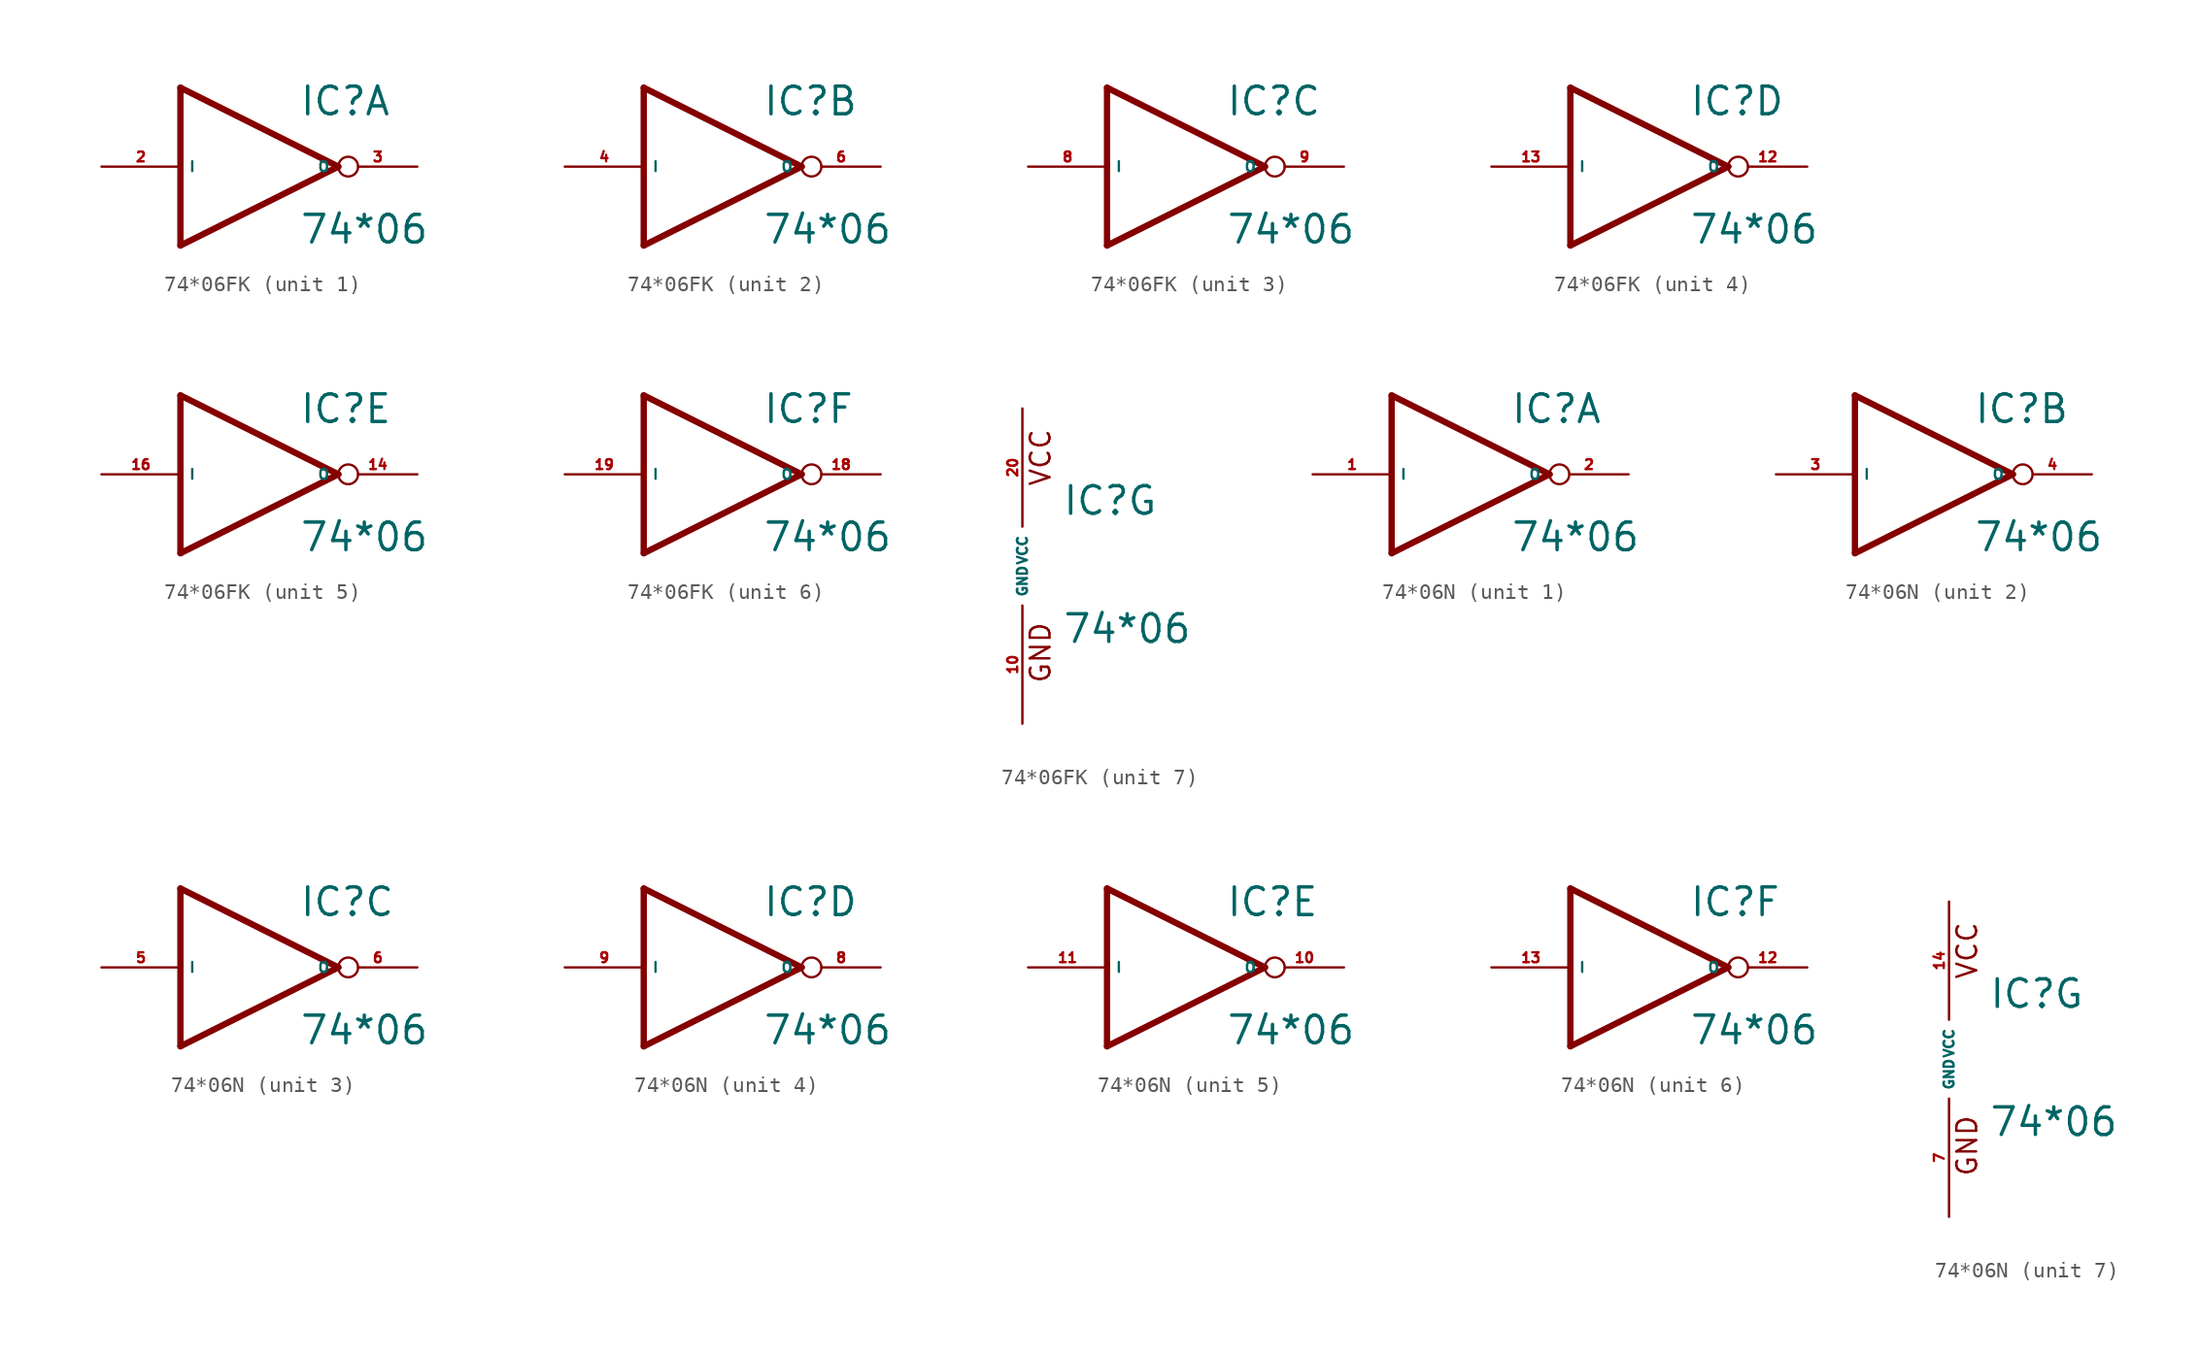
<source format=kicad_sym>
(kicad_symbol_lib
  (version 20220914)
  (generator Eagle2Kicad)
  (symbol "74*06FK"
    (property "Reference" "IC"
      (at 2.54 3.175 0)
      (effects (font (size 1.778 1.778) (thickness 0.22)) (justify left bottom)))
    (property "Value" "74*06"
      (at 2.54 -5.08 0)
      (effects (font (size 1.778 1.778) (thickness 0.22)) (justify left bottom)))
    (symbol "74*06FK_1_0"
      (polyline (pts (xy -5.08 5.08) (xy 5.08 0)) (stroke (width 0.406) (type default)) (fill (type none)))
      (polyline (pts (xy 5.08 0) (xy -5.08 -5.08)) (stroke (width 0.406) (type default)) (fill (type none)))
      (polyline (pts (xy -5.08 -5.08) (xy -5.08 5.08)) (stroke (width 0.406) (type default)) (fill (type none)))
      (pin input line (at -10.16 0 0) (length 5.08) (name "I" (effects (font (size 0.635 0.635) (thickness 0.08)) (justify left bottom))) (number "2" (effects (font (size 0.635 0.635) (thickness 0.08)) (justify left bottom))))
      (pin open_collector inverted (at 10.16 0 180) (length 5.08) (name "O" (effects (font (size 0.635 0.635) (thickness 0.08)) (justify left bottom))) (number "3" (effects (font (size 0.635 0.635) (thickness 0.08)) (justify left bottom)))))
    (symbol "74*06FK_2_0"
      (polyline (pts (xy -5.08 5.08) (xy 5.08 0)) (stroke (width 0.406) (type default)) (fill (type none)))
      (polyline (pts (xy 5.08 0) (xy -5.08 -5.08)) (stroke (width 0.406) (type default)) (fill (type none)))
      (polyline (pts (xy -5.08 -5.08) (xy -5.08 5.08)) (stroke (width 0.406) (type default)) (fill (type none)))
      (pin input line (at -10.16 0 0) (length 5.08) (name "I" (effects (font (size 0.635 0.635) (thickness 0.08)) (justify left bottom))) (number "4" (effects (font (size 0.635 0.635) (thickness 0.08)) (justify left bottom))))
      (pin open_collector inverted (at 10.16 0 180) (length 5.08) (name "O" (effects (font (size 0.635 0.635) (thickness 0.08)) (justify left bottom))) (number "6" (effects (font (size 0.635 0.635) (thickness 0.08)) (justify left bottom)))))
    (symbol "74*06FK_3_0"
      (polyline (pts (xy -5.08 5.08) (xy 5.08 0)) (stroke (width 0.406) (type default)) (fill (type none)))
      (polyline (pts (xy 5.08 0) (xy -5.08 -5.08)) (stroke (width 0.406) (type default)) (fill (type none)))
      (polyline (pts (xy -5.08 -5.08) (xy -5.08 5.08)) (stroke (width 0.406) (type default)) (fill (type none)))
      (pin input line (at -10.16 0 0) (length 5.08) (name "I" (effects (font (size 0.635 0.635) (thickness 0.08)) (justify left bottom))) (number "8" (effects (font (size 0.635 0.635) (thickness 0.08)) (justify left bottom))))
      (pin open_collector inverted (at 10.16 0 180) (length 5.08) (name "O" (effects (font (size 0.635 0.635) (thickness 0.08)) (justify left bottom))) (number "9" (effects (font (size 0.635 0.635) (thickness 0.08)) (justify left bottom)))))
    (symbol "74*06FK_4_0"
      (polyline (pts (xy -5.08 5.08) (xy 5.08 0)) (stroke (width 0.406) (type default)) (fill (type none)))
      (polyline (pts (xy 5.08 0) (xy -5.08 -5.08)) (stroke (width 0.406) (type default)) (fill (type none)))
      (polyline (pts (xy -5.08 -5.08) (xy -5.08 5.08)) (stroke (width 0.406) (type default)) (fill (type none)))
      (pin input line (at -10.16 0 0) (length 5.08) (name "I" (effects (font (size 0.635 0.635) (thickness 0.08)) (justify left bottom))) (number "13" (effects (font (size 0.635 0.635) (thickness 0.08)) (justify left bottom))))
      (pin open_collector inverted (at 10.16 0 180) (length 5.08) (name "O" (effects (font (size 0.635 0.635) (thickness 0.08)) (justify left bottom))) (number "12" (effects (font (size 0.635 0.635) (thickness 0.08)) (justify left bottom)))))
    (symbol "74*06FK_5_0"
      (polyline (pts (xy -5.08 5.08) (xy 5.08 0)) (stroke (width 0.406) (type default)) (fill (type none)))
      (polyline (pts (xy 5.08 0) (xy -5.08 -5.08)) (stroke (width 0.406) (type default)) (fill (type none)))
      (polyline (pts (xy -5.08 -5.08) (xy -5.08 5.08)) (stroke (width 0.406) (type default)) (fill (type none)))
      (pin input line (at -10.16 0 0) (length 5.08) (name "I" (effects (font (size 0.635 0.635) (thickness 0.08)) (justify left bottom))) (number "16" (effects (font (size 0.635 0.635) (thickness 0.08)) (justify left bottom))))
      (pin open_collector inverted (at 10.16 0 180) (length 5.08) (name "O" (effects (font (size 0.635 0.635) (thickness 0.08)) (justify left bottom))) (number "14" (effects (font (size 0.635 0.635) (thickness 0.08)) (justify left bottom)))))
    (symbol "74*06FK_6_0"
      (polyline (pts (xy -5.08 5.08) (xy 5.08 0)) (stroke (width 0.406) (type default)) (fill (type none)))
      (polyline (pts (xy 5.08 0) (xy -5.08 -5.08)) (stroke (width 0.406) (type default)) (fill (type none)))
      (polyline (pts (xy -5.08 -5.08) (xy -5.08 5.08)) (stroke (width 0.406) (type default)) (fill (type none)))
      (pin input line (at -10.16 0 0) (length 5.08) (name "I" (effects (font (size 0.635 0.635) (thickness 0.08)) (justify left bottom))) (number "19" (effects (font (size 0.635 0.635) (thickness 0.08)) (justify left bottom))))
      (pin open_collector inverted (at 10.16 0 180) (length 5.08) (name "O" (effects (font (size 0.635 0.635) (thickness 0.08)) (justify left bottom))) (number "18" (effects (font (size 0.635 0.635) (thickness 0.08)) (justify left bottom)))))
    (symbol "74*06FK_7_0"
      (text "GND" (at 1.905 -7.62 900) (effects (font (size 1.27 1.27) (thickness 0.16)) (justify left bottom)))
      (text "VCC" (at 1.905 5.08 900) (effects (font (size 1.27 1.27) (thickness 0.16)) (justify left bottom)))
      (pin unspecified line (at 0 -10.16 90) (length 7.62) (name "GND" (effects (font (size 0.635 0.635) (thickness 0.08)) (justify left bottom))) (number "10" (effects (font (size 0.635 0.635) (thickness 0.08)) (justify left bottom))))
      (pin unspecified line (at 0 10.16 270) (length 7.62) (name "VCC" (effects (font (size 0.635 0.635) (thickness 0.08)) (justify left bottom))) (number "20" (effects (font (size 0.635 0.635) (thickness 0.08)) (justify left bottom))))))
  (symbol "74*06N"
    (property "Reference" "IC"
      (at 2.54 3.175 0)
      (effects (font (size 1.778 1.778) (thickness 0.22)) (justify left bottom)))
    (property "Value" "74*06"
      (at 2.54 -5.08 0)
      (effects (font (size 1.778 1.778) (thickness 0.22)) (justify left bottom)))
    (symbol "74*06N_1_0"
      (polyline (pts (xy -5.08 5.08) (xy 5.08 0)) (stroke (width 0.406) (type default)) (fill (type none)))
      (polyline (pts (xy 5.08 0) (xy -5.08 -5.08)) (stroke (width 0.406) (type default)) (fill (type none)))
      (polyline (pts (xy -5.08 -5.08) (xy -5.08 5.08)) (stroke (width 0.406) (type default)) (fill (type none)))
      (pin input line (at -10.16 0 0) (length 5.08) (name "I" (effects (font (size 0.635 0.635) (thickness 0.08)) (justify left bottom))) (number "1" (effects (font (size 0.635 0.635) (thickness 0.08)) (justify left bottom))))
      (pin open_collector inverted (at 10.16 0 180) (length 5.08) (name "O" (effects (font (size 0.635 0.635) (thickness 0.08)) (justify left bottom))) (number "2" (effects (font (size 0.635 0.635) (thickness 0.08)) (justify left bottom)))))
    (symbol "74*06N_2_0"
      (polyline (pts (xy -5.08 5.08) (xy 5.08 0)) (stroke (width 0.406) (type default)) (fill (type none)))
      (polyline (pts (xy 5.08 0) (xy -5.08 -5.08)) (stroke (width 0.406) (type default)) (fill (type none)))
      (polyline (pts (xy -5.08 -5.08) (xy -5.08 5.08)) (stroke (width 0.406) (type default)) (fill (type none)))
      (pin input line (at -10.16 0 0) (length 5.08) (name "I" (effects (font (size 0.635 0.635) (thickness 0.08)) (justify left bottom))) (number "3" (effects (font (size 0.635 0.635) (thickness 0.08)) (justify left bottom))))
      (pin open_collector inverted (at 10.16 0 180) (length 5.08) (name "O" (effects (font (size 0.635 0.635) (thickness 0.08)) (justify left bottom))) (number "4" (effects (font (size 0.635 0.635) (thickness 0.08)) (justify left bottom)))))
    (symbol "74*06N_3_0"
      (polyline (pts (xy -5.08 5.08) (xy 5.08 0)) (stroke (width 0.406) (type default)) (fill (type none)))
      (polyline (pts (xy 5.08 0) (xy -5.08 -5.08)) (stroke (width 0.406) (type default)) (fill (type none)))
      (polyline (pts (xy -5.08 -5.08) (xy -5.08 5.08)) (stroke (width 0.406) (type default)) (fill (type none)))
      (pin input line (at -10.16 0 0) (length 5.08) (name "I" (effects (font (size 0.635 0.635) (thickness 0.08)) (justify left bottom))) (number "5" (effects (font (size 0.635 0.635) (thickness 0.08)) (justify left bottom))))
      (pin open_collector inverted (at 10.16 0 180) (length 5.08) (name "O" (effects (font (size 0.635 0.635) (thickness 0.08)) (justify left bottom))) (number "6" (effects (font (size 0.635 0.635) (thickness 0.08)) (justify left bottom)))))
    (symbol "74*06N_4_0"
      (polyline (pts (xy -5.08 5.08) (xy 5.08 0)) (stroke (width 0.406) (type default)) (fill (type none)))
      (polyline (pts (xy 5.08 0) (xy -5.08 -5.08)) (stroke (width 0.406) (type default)) (fill (type none)))
      (polyline (pts (xy -5.08 -5.08) (xy -5.08 5.08)) (stroke (width 0.406) (type default)) (fill (type none)))
      (pin input line (at -10.16 0 0) (length 5.08) (name "I" (effects (font (size 0.635 0.635) (thickness 0.08)) (justify left bottom))) (number "9" (effects (font (size 0.635 0.635) (thickness 0.08)) (justify left bottom))))
      (pin open_collector inverted (at 10.16 0 180) (length 5.08) (name "O" (effects (font (size 0.635 0.635) (thickness 0.08)) (justify left bottom))) (number "8" (effects (font (size 0.635 0.635) (thickness 0.08)) (justify left bottom)))))
    (symbol "74*06N_5_0"
      (polyline (pts (xy -5.08 5.08) (xy 5.08 0)) (stroke (width 0.406) (type default)) (fill (type none)))
      (polyline (pts (xy 5.08 0) (xy -5.08 -5.08)) (stroke (width 0.406) (type default)) (fill (type none)))
      (polyline (pts (xy -5.08 -5.08) (xy -5.08 5.08)) (stroke (width 0.406) (type default)) (fill (type none)))
      (pin input line (at -10.16 0 0) (length 5.08) (name "I" (effects (font (size 0.635 0.635) (thickness 0.08)) (justify left bottom))) (number "11" (effects (font (size 0.635 0.635) (thickness 0.08)) (justify left bottom))))
      (pin open_collector inverted (at 10.16 0 180) (length 5.08) (name "O" (effects (font (size 0.635 0.635) (thickness 0.08)) (justify left bottom))) (number "10" (effects (font (size 0.635 0.635) (thickness 0.08)) (justify left bottom)))))
    (symbol "74*06N_6_0"
      (polyline (pts (xy -5.08 5.08) (xy 5.08 0)) (stroke (width 0.406) (type default)) (fill (type none)))
      (polyline (pts (xy 5.08 0) (xy -5.08 -5.08)) (stroke (width 0.406) (type default)) (fill (type none)))
      (polyline (pts (xy -5.08 -5.08) (xy -5.08 5.08)) (stroke (width 0.406) (type default)) (fill (type none)))
      (pin input line (at -10.16 0 0) (length 5.08) (name "I" (effects (font (size 0.635 0.635) (thickness 0.08)) (justify left bottom))) (number "13" (effects (font (size 0.635 0.635) (thickness 0.08)) (justify left bottom))))
      (pin open_collector inverted (at 10.16 0 180) (length 5.08) (name "O" (effects (font (size 0.635 0.635) (thickness 0.08)) (justify left bottom))) (number "12" (effects (font (size 0.635 0.635) (thickness 0.08)) (justify left bottom)))))
    (symbol "74*06N_7_0"
      (text "GND" (at 1.905 -7.62 900) (effects (font (size 1.27 1.27) (thickness 0.16)) (justify left bottom)))
      (text "VCC" (at 1.905 5.08 900) (effects (font (size 1.27 1.27) (thickness 0.16)) (justify left bottom)))
      (pin unspecified line (at 0 -10.16 90) (length 7.62) (name "GND" (effects (font (size 0.635 0.635) (thickness 0.08)) (justify left bottom))) (number "7" (effects (font (size 0.635 0.635) (thickness 0.08)) (justify left bottom))))
      (pin unspecified line (at 0 10.16 270) (length 7.62) (name "VCC" (effects (font (size 0.635 0.635) (thickness 0.08)) (justify left bottom))) (number "14" (effects (font (size 0.635 0.635) (thickness 0.08)) (justify left bottom)))))))
</source>
